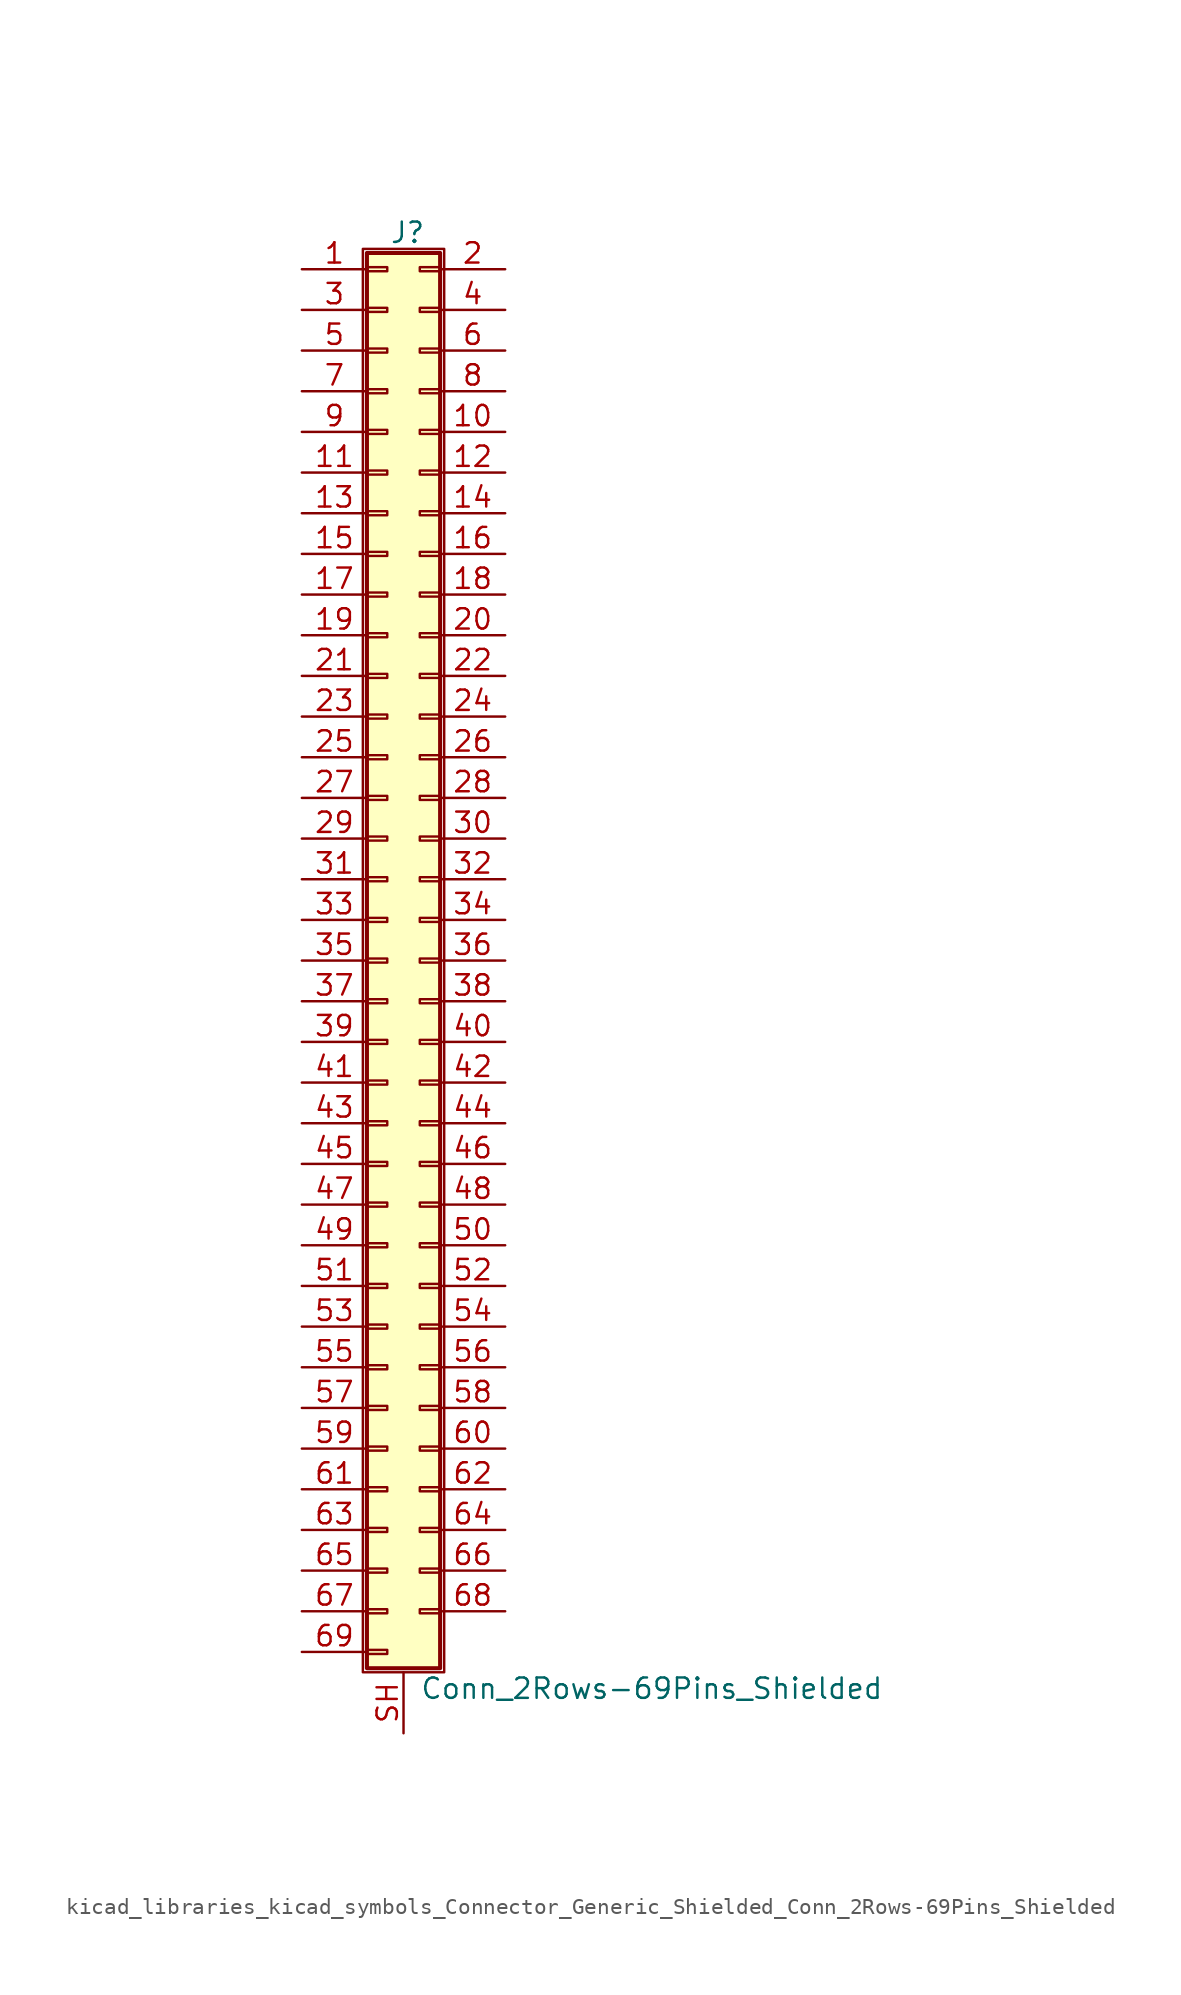
<source format=kicad_sym>
(kicad_symbol_lib
  (version 20220914)
  (generator kicad_symbol_editor)
  (symbol "kicad_libraries_kicad_symbols_Connector_Generic_Shielded_Conn_2Rows-69Pins_Shielded"
    (pin_names
      (offset 1.016) hide)
    (property "Reference" "J"
      (at 1.524 45.466 0)
      (effects (font (size 1.27 1.27))))
    (property "Value" "Conn_2Rows-69Pins_Shielded"
      (at 2.286 -45.466 0)
      (effects (font (size 1.27 1.27)) (justify left)))
    (symbol "kicad_libraries_kicad_symbols_Connector_Generic_Shielded_Conn_2Rows-69Pins_Shielded_1_1"
      (rectangle (start -1.27 44.45) (end 3.81 -44.45) (stroke (width 0.152) (type default)) (fill (type none)))
      (rectangle (start -1.016 -43.053) (end 0.254 -43.307) (stroke (width 0.152) (type default)) (fill (type none)))
      (rectangle (start -1.016 -40.513) (end 0.254 -40.767) (stroke (width 0.152) (type default)) (fill (type none)))
      (rectangle (start -1.016 -37.973) (end 0.254 -38.227) (stroke (width 0.152) (type default)) (fill (type none)))
      (rectangle (start -1.016 -35.433) (end 0.254 -35.687) (stroke (width 0.152) (type default)) (fill (type none)))
      (rectangle (start -1.016 -32.893) (end 0.254 -33.147) (stroke (width 0.152) (type default)) (fill (type none)))
      (rectangle (start -1.016 -30.353) (end 0.254 -30.607) (stroke (width 0.152) (type default)) (fill (type none)))
      (rectangle (start -1.016 -27.813) (end 0.254 -28.067) (stroke (width 0.152) (type default)) (fill (type none)))
      (rectangle (start -1.016 -25.273) (end 0.254 -25.527) (stroke (width 0.152) (type default)) (fill (type none)))
      (rectangle (start -1.016 -22.733) (end 0.254 -22.987) (stroke (width 0.152) (type default)) (fill (type none)))
      (rectangle (start -1.016 -20.193) (end 0.254 -20.447) (stroke (width 0.152) (type default)) (fill (type none)))
      (rectangle (start -1.016 -17.653) (end 0.254 -17.907) (stroke (width 0.152) (type default)) (fill (type none)))
      (rectangle (start -1.016 -15.113) (end 0.254 -15.367) (stroke (width 0.152) (type default)) (fill (type none)))
      (rectangle (start -1.016 -12.573) (end 0.254 -12.827) (stroke (width 0.152) (type default)) (fill (type none)))
      (rectangle (start -1.016 -10.033) (end 0.254 -10.287) (stroke (width 0.152) (type default)) (fill (type none)))
      (rectangle (start -1.016 -7.493) (end 0.254 -7.747) (stroke (width 0.152) (type default)) (fill (type none)))
      (rectangle (start -1.016 -4.953) (end 0.254 -5.207) (stroke (width 0.152) (type default)) (fill (type none)))
      (rectangle (start -1.016 -2.413) (end 0.254 -2.667) (stroke (width 0.152) (type default)) (fill (type none)))
      (rectangle (start -1.016 0.127) (end 0.254 -0.127) (stroke (width 0.152) (type default)) (fill (type none)))
      (rectangle (start -1.016 2.667) (end 0.254 2.413) (stroke (width 0.152) (type default)) (fill (type none)))
      (rectangle (start -1.016 5.207) (end 0.254 4.953) (stroke (width 0.152) (type default)) (fill (type none)))
      (rectangle (start -1.016 7.747) (end 0.254 7.493) (stroke (width 0.152) (type default)) (fill (type none)))
      (rectangle (start -1.016 10.287) (end 0.254 10.033) (stroke (width 0.152) (type default)) (fill (type none)))
      (rectangle (start -1.016 12.827) (end 0.254 12.573) (stroke (width 0.152) (type default)) (fill (type none)))
      (rectangle (start -1.016 15.367) (end 0.254 15.113) (stroke (width 0.152) (type default)) (fill (type none)))
      (rectangle (start -1.016 17.907) (end 0.254 17.653) (stroke (width 0.152) (type default)) (fill (type none)))
      (rectangle (start -1.016 20.447) (end 0.254 20.193) (stroke (width 0.152) (type default)) (fill (type none)))
      (rectangle (start -1.016 22.987) (end 0.254 22.733) (stroke (width 0.152) (type default)) (fill (type none)))
      (rectangle (start -1.016 25.527) (end 0.254 25.273) (stroke (width 0.152) (type default)) (fill (type none)))
      (rectangle (start -1.016 28.067) (end 0.254 27.813) (stroke (width 0.152) (type default)) (fill (type none)))
      (rectangle (start -1.016 30.607) (end 0.254 30.353) (stroke (width 0.152) (type default)) (fill (type none)))
      (rectangle (start -1.016 33.147) (end 0.254 32.893) (stroke (width 0.152) (type default)) (fill (type none)))
      (rectangle (start -1.016 35.687) (end 0.254 35.433) (stroke (width 0.152) (type default)) (fill (type none)))
      (rectangle (start -1.016 38.227) (end 0.254 37.973) (stroke (width 0.152) (type default)) (fill (type none)))
      (rectangle (start -1.016 40.767) (end 0.254 40.513) (stroke (width 0.152) (type default)) (fill (type none)))
      (rectangle (start -1.016 43.307) (end 0.254 43.053) (stroke (width 0.152) (type default)) (fill (type none)))
      (rectangle (start -1.016 44.196) (end 3.556 -44.196) (stroke (width 0.254) (type default)) (fill (type background)))
      (rectangle (start 3.556 -40.513) (end 2.286 -40.767) (stroke (width 0.152) (type default)) (fill (type none)))
      (rectangle (start 3.556 -37.973) (end 2.286 -38.227) (stroke (width 0.152) (type default)) (fill (type none)))
      (rectangle (start 3.556 -35.433) (end 2.286 -35.687) (stroke (width 0.152) (type default)) (fill (type none)))
      (rectangle (start 3.556 -32.893) (end 2.286 -33.147) (stroke (width 0.152) (type default)) (fill (type none)))
      (rectangle (start 3.556 -30.353) (end 2.286 -30.607) (stroke (width 0.152) (type default)) (fill (type none)))
      (rectangle (start 3.556 -27.813) (end 2.286 -28.067) (stroke (width 0.152) (type default)) (fill (type none)))
      (rectangle (start 3.556 -25.273) (end 2.286 -25.527) (stroke (width 0.152) (type default)) (fill (type none)))
      (rectangle (start 3.556 -22.733) (end 2.286 -22.987) (stroke (width 0.152) (type default)) (fill (type none)))
      (rectangle (start 3.556 -20.193) (end 2.286 -20.447) (stroke (width 0.152) (type default)) (fill (type none)))
      (rectangle (start 3.556 -17.653) (end 2.286 -17.907) (stroke (width 0.152) (type default)) (fill (type none)))
      (rectangle (start 3.556 -15.113) (end 2.286 -15.367) (stroke (width 0.152) (type default)) (fill (type none)))
      (rectangle (start 3.556 -12.573) (end 2.286 -12.827) (stroke (width 0.152) (type default)) (fill (type none)))
      (rectangle (start 3.556 -10.033) (end 2.286 -10.287) (stroke (width 0.152) (type default)) (fill (type none)))
      (rectangle (start 3.556 -7.493) (end 2.286 -7.747) (stroke (width 0.152) (type default)) (fill (type none)))
      (rectangle (start 3.556 -4.953) (end 2.286 -5.207) (stroke (width 0.152) (type default)) (fill (type none)))
      (rectangle (start 3.556 -2.413) (end 2.286 -2.667) (stroke (width 0.152) (type default)) (fill (type none)))
      (rectangle (start 3.556 0.127) (end 2.286 -0.127) (stroke (width 0.152) (type default)) (fill (type none)))
      (rectangle (start 3.556 2.667) (end 2.286 2.413) (stroke (width 0.152) (type default)) (fill (type none)))
      (rectangle (start 3.556 5.207) (end 2.286 4.953) (stroke (width 0.152) (type default)) (fill (type none)))
      (rectangle (start 3.556 7.747) (end 2.286 7.493) (stroke (width 0.152) (type default)) (fill (type none)))
      (rectangle (start 3.556 10.287) (end 2.286 10.033) (stroke (width 0.152) (type default)) (fill (type none)))
      (rectangle (start 3.556 12.827) (end 2.286 12.573) (stroke (width 0.152) (type default)) (fill (type none)))
      (rectangle (start 3.556 15.367) (end 2.286 15.113) (stroke (width 0.152) (type default)) (fill (type none)))
      (rectangle (start 3.556 17.907) (end 2.286 17.653) (stroke (width 0.152) (type default)) (fill (type none)))
      (rectangle (start 3.556 20.447) (end 2.286 20.193) (stroke (width 0.152) (type default)) (fill (type none)))
      (rectangle (start 3.556 22.987) (end 2.286 22.733) (stroke (width 0.152) (type default)) (fill (type none)))
      (rectangle (start 3.556 25.527) (end 2.286 25.273) (stroke (width 0.152) (type default)) (fill (type none)))
      (rectangle (start 3.556 28.067) (end 2.286 27.813) (stroke (width 0.152) (type default)) (fill (type none)))
      (rectangle (start 3.556 30.607) (end 2.286 30.353) (stroke (width 0.152) (type default)) (fill (type none)))
      (rectangle (start 3.556 33.147) (end 2.286 32.893) (stroke (width 0.152) (type default)) (fill (type none)))
      (rectangle (start 3.556 35.687) (end 2.286 35.433) (stroke (width 0.152) (type default)) (fill (type none)))
      (rectangle (start 3.556 38.227) (end 2.286 37.973) (stroke (width 0.152) (type default)) (fill (type none)))
      (rectangle (start 3.556 40.767) (end 2.286 40.513) (stroke (width 0.152) (type default)) (fill (type none)))
      (rectangle (start 3.556 43.307) (end 2.286 43.053) (stroke (width 0.152) (type default)) (fill (type none)))
      (pin passive line (at -5.08 43.18 0) (length 4.064) (name "Pin_1" (effects (font (size 1.27 1.27)))) (number "1" (effects (font (size 1.27 1.27)))))
      (pin passive line (at 7.62 33.02 180) (length 4.064) (name "Pin_10" (effects (font (size 1.27 1.27)))) (number "10" (effects (font (size 1.27 1.27)))))
      (pin passive line (at -5.08 30.48 0) (length 4.064) (name "Pin_11" (effects (font (size 1.27 1.27)))) (number "11" (effects (font (size 1.27 1.27)))))
      (pin passive line (at 7.62 30.48 180) (length 4.064) (name "Pin_12" (effects (font (size 1.27 1.27)))) (number "12" (effects (font (size 1.27 1.27)))))
      (pin passive line (at -5.08 27.94 0) (length 4.064) (name "Pin_13" (effects (font (size 1.27 1.27)))) (number "13" (effects (font (size 1.27 1.27)))))
      (pin passive line (at 7.62 27.94 180) (length 4.064) (name "Pin_14" (effects (font (size 1.27 1.27)))) (number "14" (effects (font (size 1.27 1.27)))))
      (pin passive line (at -5.08 25.4 0) (length 4.064) (name "Pin_15" (effects (font (size 1.27 1.27)))) (number "15" (effects (font (size 1.27 1.27)))))
      (pin passive line (at 7.62 25.4 180) (length 4.064) (name "Pin_16" (effects (font (size 1.27 1.27)))) (number "16" (effects (font (size 1.27 1.27)))))
      (pin passive line (at -5.08 22.86 0) (length 4.064) (name "Pin_17" (effects (font (size 1.27 1.27)))) (number "17" (effects (font (size 1.27 1.27)))))
      (pin passive line (at 7.62 22.86 180) (length 4.064) (name "Pin_18" (effects (font (size 1.27 1.27)))) (number "18" (effects (font (size 1.27 1.27)))))
      (pin passive line (at -5.08 20.32 0) (length 4.064) (name "Pin_19" (effects (font (size 1.27 1.27)))) (number "19" (effects (font (size 1.27 1.27)))))
      (pin passive line (at 7.62 43.18 180) (length 4.064) (name "Pin_2" (effects (font (size 1.27 1.27)))) (number "2" (effects (font (size 1.27 1.27)))))
      (pin passive line (at 7.62 20.32 180) (length 4.064) (name "Pin_20" (effects (font (size 1.27 1.27)))) (number "20" (effects (font (size 1.27 1.27)))))
      (pin passive line (at -5.08 17.78 0) (length 4.064) (name "Pin_21" (effects (font (size 1.27 1.27)))) (number "21" (effects (font (size 1.27 1.27)))))
      (pin passive line (at 7.62 17.78 180) (length 4.064) (name "Pin_22" (effects (font (size 1.27 1.27)))) (number "22" (effects (font (size 1.27 1.27)))))
      (pin passive line (at -5.08 15.24 0) (length 4.064) (name "Pin_23" (effects (font (size 1.27 1.27)))) (number "23" (effects (font (size 1.27 1.27)))))
      (pin passive line (at 7.62 15.24 180) (length 4.064) (name "Pin_24" (effects (font (size 1.27 1.27)))) (number "24" (effects (font (size 1.27 1.27)))))
      (pin passive line (at -5.08 12.7 0) (length 4.064) (name "Pin_25" (effects (font (size 1.27 1.27)))) (number "25" (effects (font (size 1.27 1.27)))))
      (pin passive line (at 7.62 12.7 180) (length 4.064) (name "Pin_26" (effects (font (size 1.27 1.27)))) (number "26" (effects (font (size 1.27 1.27)))))
      (pin passive line (at -5.08 10.16 0) (length 4.064) (name "Pin_27" (effects (font (size 1.27 1.27)))) (number "27" (effects (font (size 1.27 1.27)))))
      (pin passive line (at 7.62 10.16 180) (length 4.064) (name "Pin_28" (effects (font (size 1.27 1.27)))) (number "28" (effects (font (size 1.27 1.27)))))
      (pin passive line (at -5.08 7.62 0) (length 4.064) (name "Pin_29" (effects (font (size 1.27 1.27)))) (number "29" (effects (font (size 1.27 1.27)))))
      (pin passive line (at -5.08 40.64 0) (length 4.064) (name "Pin_3" (effects (font (size 1.27 1.27)))) (number "3" (effects (font (size 1.27 1.27)))))
      (pin passive line (at 7.62 7.62 180) (length 4.064) (name "Pin_30" (effects (font (size 1.27 1.27)))) (number "30" (effects (font (size 1.27 1.27)))))
      (pin passive line (at -5.08 5.08 0) (length 4.064) (name "Pin_31" (effects (font (size 1.27 1.27)))) (number "31" (effects (font (size 1.27 1.27)))))
      (pin passive line (at 7.62 5.08 180) (length 4.064) (name "Pin_32" (effects (font (size 1.27 1.27)))) (number "32" (effects (font (size 1.27 1.27)))))
      (pin passive line (at -5.08 2.54 0) (length 4.064) (name "Pin_33" (effects (font (size 1.27 1.27)))) (number "33" (effects (font (size 1.27 1.27)))))
      (pin passive line (at 7.62 2.54 180) (length 4.064) (name "Pin_34" (effects (font (size 1.27 1.27)))) (number "34" (effects (font (size 1.27 1.27)))))
      (pin passive line (at -5.08 0 0) (length 4.064) (name "Pin_35" (effects (font (size 1.27 1.27)))) (number "35" (effects (font (size 1.27 1.27)))))
      (pin passive line (at 7.62 0 180) (length 4.064) (name "Pin_36" (effects (font (size 1.27 1.27)))) (number "36" (effects (font (size 1.27 1.27)))))
      (pin passive line (at -5.08 -2.54 0) (length 4.064) (name "Pin_37" (effects (font (size 1.27 1.27)))) (number "37" (effects (font (size 1.27 1.27)))))
      (pin passive line (at 7.62 -2.54 180) (length 4.064) (name "Pin_38" (effects (font (size 1.27 1.27)))) (number "38" (effects (font (size 1.27 1.27)))))
      (pin passive line (at -5.08 -5.08 0) (length 4.064) (name "Pin_39" (effects (font (size 1.27 1.27)))) (number "39" (effects (font (size 1.27 1.27)))))
      (pin passive line (at 7.62 40.64 180) (length 4.064) (name "Pin_4" (effects (font (size 1.27 1.27)))) (number "4" (effects (font (size 1.27 1.27)))))
      (pin passive line (at 7.62 -5.08 180) (length 4.064) (name "Pin_40" (effects (font (size 1.27 1.27)))) (number "40" (effects (font (size 1.27 1.27)))))
      (pin passive line (at -5.08 -7.62 0) (length 4.064) (name "Pin_41" (effects (font (size 1.27 1.27)))) (number "41" (effects (font (size 1.27 1.27)))))
      (pin passive line (at 7.62 -7.62 180) (length 4.064) (name "Pin_42" (effects (font (size 1.27 1.27)))) (number "42" (effects (font (size 1.27 1.27)))))
      (pin passive line (at -5.08 -10.16 0) (length 4.064) (name "Pin_43" (effects (font (size 1.27 1.27)))) (number "43" (effects (font (size 1.27 1.27)))))
      (pin passive line (at 7.62 -10.16 180) (length 4.064) (name "Pin_44" (effects (font (size 1.27 1.27)))) (number "44" (effects (font (size 1.27 1.27)))))
      (pin passive line (at -5.08 -12.7 0) (length 4.064) (name "Pin_45" (effects (font (size 1.27 1.27)))) (number "45" (effects (font (size 1.27 1.27)))))
      (pin passive line (at 7.62 -12.7 180) (length 4.064) (name "Pin_46" (effects (font (size 1.27 1.27)))) (number "46" (effects (font (size 1.27 1.27)))))
      (pin passive line (at -5.08 -15.24 0) (length 4.064) (name "Pin_47" (effects (font (size 1.27 1.27)))) (number "47" (effects (font (size 1.27 1.27)))))
      (pin passive line (at 7.62 -15.24 180) (length 4.064) (name "Pin_48" (effects (font (size 1.27 1.27)))) (number "48" (effects (font (size 1.27 1.27)))))
      (pin passive line (at -5.08 -17.78 0) (length 4.064) (name "Pin_49" (effects (font (size 1.27 1.27)))) (number "49" (effects (font (size 1.27 1.27)))))
      (pin passive line (at -5.08 38.1 0) (length 4.064) (name "Pin_5" (effects (font (size 1.27 1.27)))) (number "5" (effects (font (size 1.27 1.27)))))
      (pin passive line (at 7.62 -17.78 180) (length 4.064) (name "Pin_50" (effects (font (size 1.27 1.27)))) (number "50" (effects (font (size 1.27 1.27)))))
      (pin passive line (at -5.08 -20.32 0) (length 4.064) (name "Pin_51" (effects (font (size 1.27 1.27)))) (number "51" (effects (font (size 1.27 1.27)))))
      (pin passive line (at 7.62 -20.32 180) (length 4.064) (name "Pin_52" (effects (font (size 1.27 1.27)))) (number "52" (effects (font (size 1.27 1.27)))))
      (pin passive line (at -5.08 -22.86 0) (length 4.064) (name "Pin_53" (effects (font (size 1.27 1.27)))) (number "53" (effects (font (size 1.27 1.27)))))
      (pin passive line (at 7.62 -22.86 180) (length 4.064) (name "Pin_54" (effects (font (size 1.27 1.27)))) (number "54" (effects (font (size 1.27 1.27)))))
      (pin passive line (at -5.08 -25.4 0) (length 4.064) (name "Pin_55" (effects (font (size 1.27 1.27)))) (number "55" (effects (font (size 1.27 1.27)))))
      (pin passive line (at 7.62 -25.4 180) (length 4.064) (name "Pin_56" (effects (font (size 1.27 1.27)))) (number "56" (effects (font (size 1.27 1.27)))))
      (pin passive line (at -5.08 -27.94 0) (length 4.064) (name "Pin_57" (effects (font (size 1.27 1.27)))) (number "57" (effects (font (size 1.27 1.27)))))
      (pin passive line (at 7.62 -27.94 180) (length 4.064) (name "Pin_58" (effects (font (size 1.27 1.27)))) (number "58" (effects (font (size 1.27 1.27)))))
      (pin passive line (at -5.08 -30.48 0) (length 4.064) (name "Pin_59" (effects (font (size 1.27 1.27)))) (number "59" (effects (font (size 1.27 1.27)))))
      (pin passive line (at 7.62 38.1 180) (length 4.064) (name "Pin_6" (effects (font (size 1.27 1.27)))) (number "6" (effects (font (size 1.27 1.27)))))
      (pin passive line (at 7.62 -30.48 180) (length 4.064) (name "Pin_60" (effects (font (size 1.27 1.27)))) (number "60" (effects (font (size 1.27 1.27)))))
      (pin passive line (at -5.08 -33.02 0) (length 4.064) (name "Pin_61" (effects (font (size 1.27 1.27)))) (number "61" (effects (font (size 1.27 1.27)))))
      (pin passive line (at 7.62 -33.02 180) (length 4.064) (name "Pin_62" (effects (font (size 1.27 1.27)))) (number "62" (effects (font (size 1.27 1.27)))))
      (pin passive line (at -5.08 -35.56 0) (length 4.064) (name "Pin_63" (effects (font (size 1.27 1.27)))) (number "63" (effects (font (size 1.27 1.27)))))
      (pin passive line (at 7.62 -35.56 180) (length 4.064) (name "Pin_64" (effects (font (size 1.27 1.27)))) (number "64" (effects (font (size 1.27 1.27)))))
      (pin passive line (at -5.08 -38.1 0) (length 4.064) (name "Pin_65" (effects (font (size 1.27 1.27)))) (number "65" (effects (font (size 1.27 1.27)))))
      (pin passive line (at 7.62 -38.1 180) (length 4.064) (name "Pin_66" (effects (font (size 1.27 1.27)))) (number "66" (effects (font (size 1.27 1.27)))))
      (pin passive line (at -5.08 -40.64 0) (length 4.064) (name "Pin_67" (effects (font (size 1.27 1.27)))) (number "67" (effects (font (size 1.27 1.27)))))
      (pin passive line (at 7.62 -40.64 180) (length 4.064) (name "Pin_68" (effects (font (size 1.27 1.27)))) (number "68" (effects (font (size 1.27 1.27)))))
      (pin passive line (at -5.08 -43.18 0) (length 4.064) (name "Pin_69" (effects (font (size 1.27 1.27)))) (number "69" (effects (font (size 1.27 1.27)))))
      (pin passive line (at -5.08 35.56 0) (length 4.064) (name "Pin_7" (effects (font (size 1.27 1.27)))) (number "7" (effects (font (size 1.27 1.27)))))
      (pin passive line (at 7.62 35.56 180) (length 4.064) (name "Pin_8" (effects (font (size 1.27 1.27)))) (number "8" (effects (font (size 1.27 1.27)))))
      (pin passive line (at -5.08 33.02 0) (length 4.064) (name "Pin_9" (effects (font (size 1.27 1.27)))) (number "9" (effects (font (size 1.27 1.27)))))
      (pin passive line (at 1.27 -48.26 90) (length 3.81) (name "Shield" (effects (font (size 1.27 1.27)))) (number "SH" (effects (font (size 1.27 1.27))))))))
</source>
